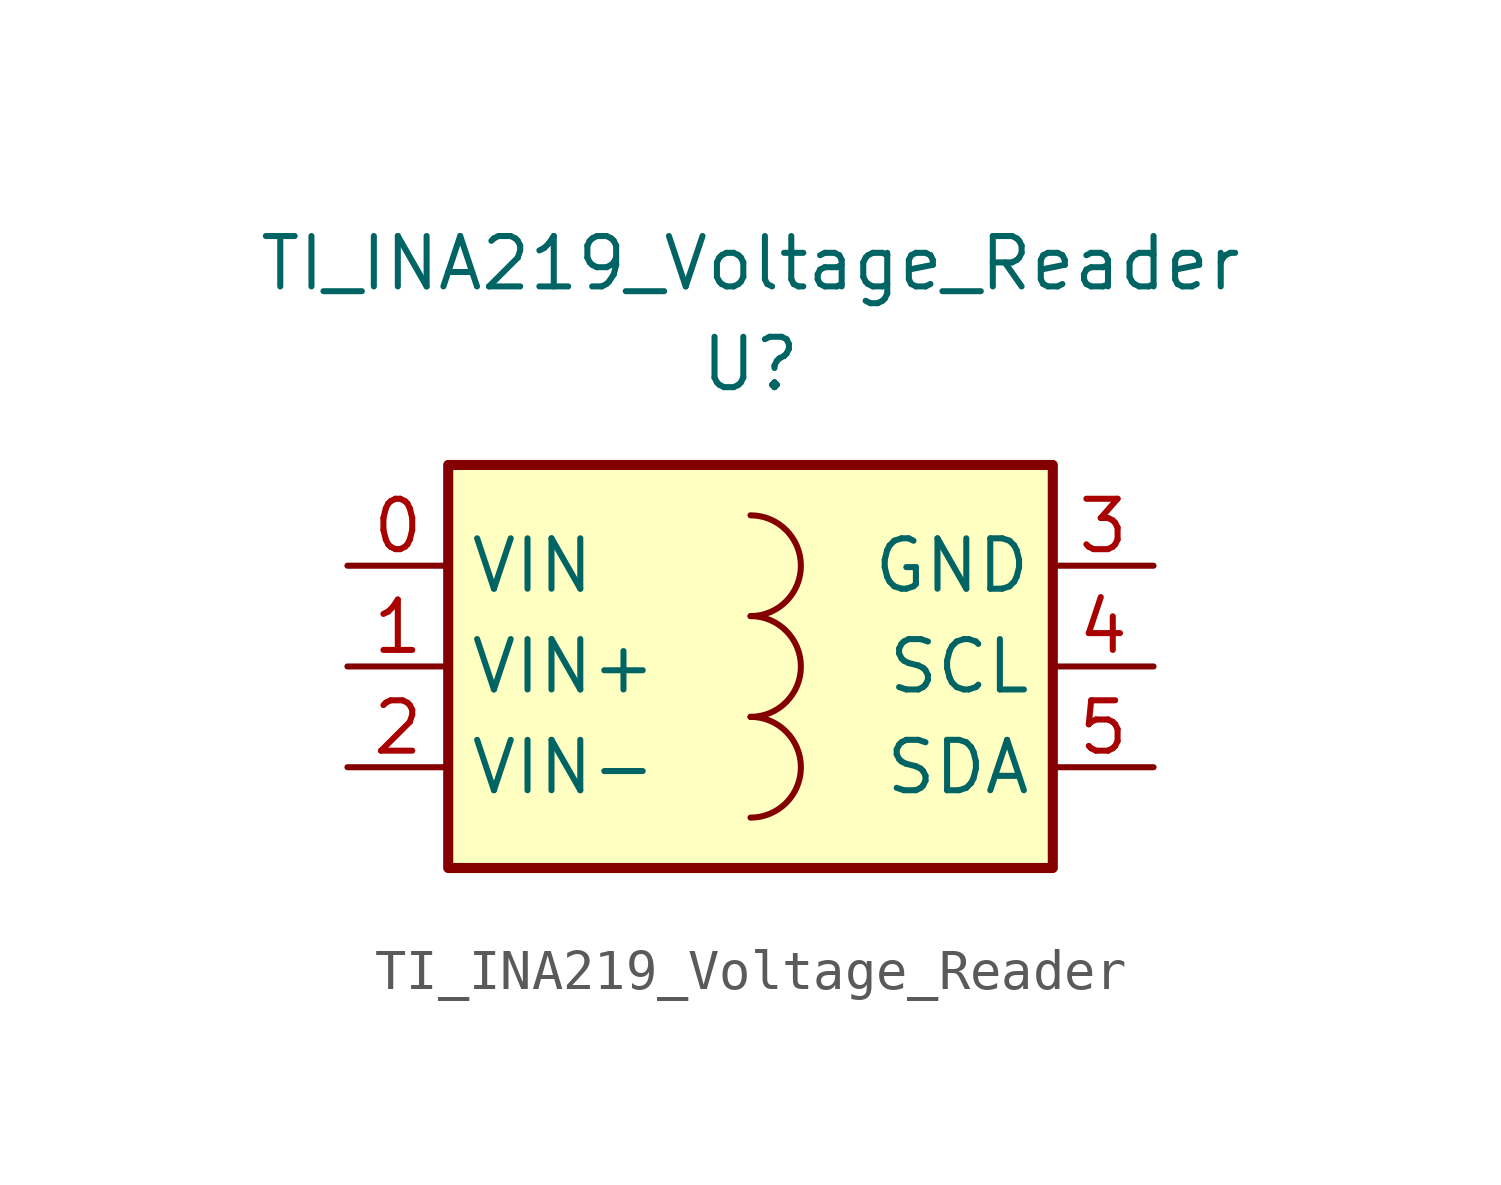
<source format=kicad_sym>
(kicad_symbol_lib
  (version 20211014)
  (generator kicad_symbol_editor)
  (symbol "TI_INA219_Voltage_Reader"
    (property "Reference" "U"
      (at 0 -2.54 0)
      (effects (font (size 1.27 1.27))))
    (property "Value" "TI_INA219_Voltage_Reader"
      (at 0 0 0)
      (effects (font (size 1.27 1.27))))
    (symbol "TI_INA219_Voltage_Reader_0_1"
      (arc (start 0 -13.97) (mid 1.27 -12.7) (end 0 -11.43) (stroke (width 0) (type default) (color 0 0 0 0)) (fill (type none)))
      (arc (start 0 -11.43) (mid 1.27 -10.16) (end 0 -8.89) (stroke (width 0) (type default) (color 0 0 0 0)) (fill (type none)))
      (arc (start 0 -8.89) (mid 1.27 -7.62) (end 0 -6.35) (stroke (width 0) (type default) (color 0 0 0 0)) (fill (type none)))
      (rectangle (start 7.62 -15.24) (end -7.62 -5.08) (stroke (width 0.254) (type default) (color 0 0 0 0)) (fill (type background))))
    (symbol "TI_INA219_Voltage_Reader_1_1"
      (pin input line (at -10.16 -7.62 0) (length 2.54) (name "VIN" (effects (font (size 1.27 1.27)))) (number "0" (effects (font (size 1.27 1.27)))))
      (pin input line (at -10.16 -10.16 0) (length 2.54) (name "VIN+" (effects (font (size 1.27 1.27)))) (number "1" (effects (font (size 1.27 1.27)))))
      (pin input line (at -10.16 -12.7 0) (length 2.54) (name "VIN-" (effects (font (size 1.27 1.27)))) (number "2" (effects (font (size 1.27 1.27)))))
      (pin input line (at 10.16 -7.62 180) (length 2.54) (name "GND" (effects (font (size 1.27 1.27)))) (number "3" (effects (font (size 1.27 1.27)))))
      (pin input line (at 10.16 -10.16 180) (length 2.54) (name "SCL" (effects (font (size 1.27 1.27)))) (number "4" (effects (font (size 1.27 1.27)))))
      (pin input line (at 10.16 -12.7 180) (length 2.54) (name "SDA" (effects (font (size 1.27 1.27)))) (number "5" (effects (font (size 1.27 1.27))))))))
</source>
